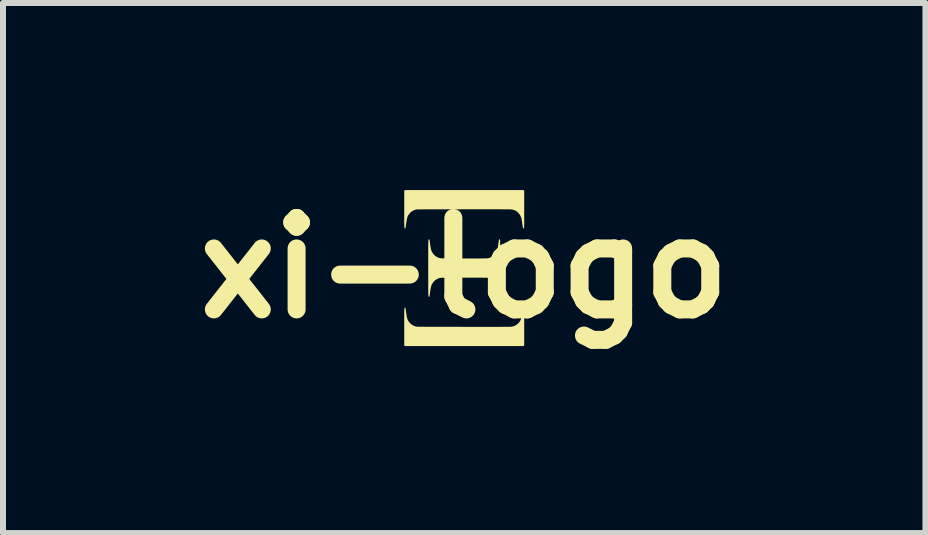
<source format=kicad_pcb>
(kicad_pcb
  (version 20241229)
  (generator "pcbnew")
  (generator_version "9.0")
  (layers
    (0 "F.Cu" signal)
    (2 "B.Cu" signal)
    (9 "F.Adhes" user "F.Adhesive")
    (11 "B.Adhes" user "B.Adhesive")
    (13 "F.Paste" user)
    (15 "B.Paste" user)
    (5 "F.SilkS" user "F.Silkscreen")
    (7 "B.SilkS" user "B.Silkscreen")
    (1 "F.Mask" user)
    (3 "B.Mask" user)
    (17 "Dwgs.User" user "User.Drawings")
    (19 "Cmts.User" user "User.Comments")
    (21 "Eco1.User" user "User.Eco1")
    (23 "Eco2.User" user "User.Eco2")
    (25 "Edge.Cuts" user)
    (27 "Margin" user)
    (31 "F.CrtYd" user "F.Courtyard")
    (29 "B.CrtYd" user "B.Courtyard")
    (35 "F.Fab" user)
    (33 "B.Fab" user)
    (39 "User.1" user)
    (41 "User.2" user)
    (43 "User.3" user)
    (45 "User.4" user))
  (footprint "xi-logo"
    (layer "F.Cu")
    (at 4.688 1.418)
    (property "Reference" "xi-logo" (at 0 0 0) (layer "F.SilkS") (effects (font (size 1.524 1.524) (thickness 0.3))))
    (attr board_only exclude_from_pos_files exclude_from_bom)
    (fp_poly (pts (xy 0.994 -1.294) (xy 1 -1.288) (xy 1 -0.982) (xy 1 -0.94) (xy 1 -0.903) (xy 1 -0.869) (xy 1 -0.838) (xy 1 -0.81) (xy 1 -0.786) (xy 1 -0.765) (xy 1 -0.746) (xy 1 -0.73) (xy 0.999 -0.716) (xy 0.999 -0.704) (xy 0.999 -0.694) (xy 0.998 -0.686) (xy 0.998 -0.68) (xy 0.997 -0.674) (xy 0.996 -0.671) (xy 0.996 -0.668) (xy 0.995 -0.666) (xy 0.994 -0.665) (xy 0.993 -0.664) (xy 0.991 -0.663) (xy 0.99 -0.663) (xy 0.988 -0.662) (xy 0.988 -0.662) (xy 0.983 -0.661) (xy 0.981 -0.661) (xy 0.981 -0.661) (xy 0.98 -0.663) (xy 0.979 -0.669) (xy 0.977 -0.677) (xy 0.976 -0.689) (xy 0.974 -0.702) (xy 0.971 -0.717) (xy 0.97 -0.728) (xy 0.967 -0.75) (xy 0.964 -0.769) (xy 0.961 -0.785) (xy 0.959 -0.799) (xy 0.957 -0.81) (xy 0.956 -0.819) (xy 0.954 -0.826) (xy 0.953 -0.832) (xy 0.951 -0.838) (xy 0.949 -0.843) (xy 0.949 -0.843) (xy 0.938 -0.869) (xy 0.924 -0.893) (xy 0.907 -0.915) (xy 0.888 -0.933) (xy 0.866 -0.949) (xy 0.842 -0.962) (xy 0.816 -0.971) (xy 0.788 -0.977) (xy 0.784 -0.978) (xy 0.781 -0.978) (xy 0.776 -0.978) (xy 0.769 -0.978) (xy 0.76 -0.979) (xy 0.748 -0.979) (xy 0.733 -0.979) (xy 0.717 -0.979) (xy 0.697 -0.979) (xy 0.675 -0.979) (xy 0.65 -0.979) (xy 0.622 -0.979) (xy 0.591 -0.98) (xy 0.557 -0.98) (xy 0.52 -0.98) (xy 0.48 -0.98) (xy 0.437 -0.98) (xy 0.39 -0.98) (xy 0.34 -0.98) (xy 0.286 -0.98) (xy 0.228 -0.98) (xy 0.167 -0.98) (xy 0.102 -0.98) (xy 0.033 -0.98) (xy -0.012 -0.98) (xy -0.079 -0.979) (xy -0.141 -0.979) (xy -0.2 -0.979) (xy -0.256 -0.979) (xy -0.307 -0.979) (xy -0.356 -0.979) (xy -0.401 -0.979) (xy -0.443 -0.979) (xy -0.482 -0.979) (xy -0.517 -0.979) (xy -0.551 -0.979) (xy -0.581 -0.979) (xy -0.609 -0.979) (xy -0.634 -0.979) (xy -0.657 -0.979) (xy -0.678 -0.978) (xy -0.696 -0.978) (xy -0.713 -0.978) (xy -0.728 -0.978) (xy -0.741 -0.978) (xy -0.752 -0.978) (xy -0.762 -0.978) (xy -0.771 -0.977) (xy -0.778 -0.977) (xy -0.784 -0.977) (xy -0.789 -0.977) (xy -0.793 -0.977) (xy -0.796 -0.976) (xy -0.798 -0.976) (xy -0.8 -0.976) (xy -0.802 -0.976) (xy -0.802 -0.976) (xy -0.831 -0.966) (xy -0.857 -0.954) (xy -0.881 -0.939) (xy -0.901 -0.921) (xy -0.919 -0.9) (xy -0.935 -0.877) (xy -0.938 -0.87) (xy -0.942 -0.862) (xy -0.945 -0.855) (xy -0.948 -0.848) (xy -0.95 -0.839) (xy -0.953 -0.83) (xy -0.955 -0.819) (xy -0.958 -0.807) (xy -0.96 -0.792) (xy -0.963 -0.774) (xy -0.966 -0.753) (xy -0.97 -0.729) (xy -0.97 -0.727) (xy -0.972 -0.712) (xy -0.974 -0.698) (xy -0.976 -0.686) (xy -0.977 -0.676) (xy -0.978 -0.669) (xy -0.979 -0.665) (xy -0.979 -0.664) (xy -0.981 -0.661) (xy -0.984 -0.66) (xy -0.99 -0.663) (xy -0.991 -0.663) (xy -0.992 -0.664) (xy -0.993 -0.665) (xy -0.994 -0.666) (xy -0.995 -0.667) (xy -0.996 -0.67) (xy -0.997 -0.673) (xy -0.997 -0.677) (xy -0.998 -0.682) (xy -0.998 -0.689) (xy -0.999 -0.697) (xy -0.999 -0.707) (xy -0.999 -0.719) (xy -0.999 -0.734) (xy -1 -0.75) (xy -1 -0.77) (xy -1 -0.792) (xy -1 -0.816) (xy -1 -0.844) (xy -1 -0.876) (xy -1 -0.911) (xy -1 -0.949) (xy -1 -0.982) (xy -1 -1.288) (xy -0.988 -1.3) (xy 0.988 -1.3)) (stroke (width 0) (type solid)) (fill yes) (layer "F.SilkS"))
    (fp_poly (pts (xy 0.988 0.662) (xy 0.988 0.662) (xy 0.99 0.663) (xy 0.991 0.663) (xy 0.992 0.664) (xy 0.994 0.664) (xy 0.995 0.666) (xy 0.995 0.667) (xy 0.996 0.67) (xy 0.997 0.674) (xy 0.998 0.679) (xy 0.998 0.685) (xy 0.999 0.693) (xy 0.999 0.702) (xy 0.999 0.714) (xy 0.999 0.727) (xy 1 0.743) (xy 1 0.761) (xy 1 0.783) (xy 1 0.806) (xy 1 0.833) (xy 1 0.864) (xy 1 0.897) (xy 1 0.934) (xy 1 0.975) (xy 1 0.982) (xy 1 1.288) (xy 0.994 1.294) (xy 0.988 1.3) (xy -0.988 1.3) (xy -0.994 1.294) (xy -1 1.288) (xy -1 0.982) (xy -1 0.94) (xy -1 0.903) (xy -1 0.869) (xy -1 0.838) (xy -1 0.81) (xy -1 0.786) (xy -1 0.765) (xy -1 0.746) (xy -1 0.73) (xy -0.999 0.716) (xy -0.999 0.704) (xy -0.999 0.694) (xy -0.998 0.686) (xy -0.998 0.68) (xy -0.997 0.674) (xy -0.996 0.671) (xy -0.996 0.668) (xy -0.995 0.666) (xy -0.994 0.665) (xy -0.993 0.664) (xy -0.991 0.663) (xy -0.99 0.663) (xy -0.988 0.662) (xy -0.988 0.662) (xy -0.983 0.661) (xy -0.981 0.661) (xy -0.981 0.661) (xy -0.98 0.663) (xy -0.979 0.669) (xy -0.977 0.677) (xy -0.976 0.689) (xy -0.974 0.702) (xy -0.971 0.717) (xy -0.97 0.728) (xy -0.966 0.752) (xy -0.963 0.772) (xy -0.961 0.79) (xy -0.958 0.805) (xy -0.956 0.817) (xy -0.954 0.827) (xy -0.951 0.836) (xy -0.949 0.844) (xy -0.947 0.851) (xy -0.944 0.858) (xy -0.941 0.864) (xy -0.938 0.87) (xy -0.924 0.894) (xy -0.906 0.916) (xy -0.886 0.935) (xy -0.863 0.951) (xy -0.838 0.963) (xy -0.81 0.973) (xy -0.802 0.976) (xy -0.801 0.976) (xy -0.799 0.976) (xy -0.797 0.976) (xy -0.794 0.977) (xy -0.79 0.977) (xy -0.785 0.977) (xy -0.78 0.977) (xy -0.773 0.977) (xy -0.765 0.978) (xy -0.756 0.978) (xy -0.745 0.978) (xy -0.732 0.978) (xy -0.718 0.978) (xy -0.702 0.978) (xy -0.684 0.978) (xy -0.664 0.978) (xy -0.642 0.979) (xy -0.617 0.979) (xy -0.59 0.979) (xy -0.561 0.979) (xy -0.529 0.979) (xy -0.494 0.979) (xy -0.456 0.979) (xy -0.415 0.979) (xy -0.371 0.979) (xy -0.323 0.979) (xy -0.273 0.979) (xy -0.219 0.979) (xy -0.161 0.979) (xy -0.099 0.979) (xy -0.034 0.98) (xy -0.012 0.98) (xy 0.059 0.98) (xy 0.127 0.98) (xy 0.19 0.98) (xy 0.25 0.98) (xy 0.306 0.98) (xy 0.359 0.98) (xy 0.408 0.98) (xy 0.453 0.98) (xy 0.495 0.98) (xy 0.534 0.98) (xy 0.57 0.98) (xy 0.603 0.98) (xy 0.633 0.979) (xy 0.659 0.979) (xy 0.683 0.979) (xy 0.705 0.979) (xy 0.723 0.979) (xy 0.739 0.979) (xy 0.752 0.979) (xy 0.763 0.979) (xy 0.772 0.978) (xy 0.778 0.978) (xy 0.782 0.978) (xy 0.784 0.978) (xy 0.812 0.973) (xy 0.838 0.964) (xy 0.862 0.951) (xy 0.884 0.936) (xy 0.904 0.918) (xy 0.922 0.897) (xy 0.936 0.873) (xy 0.948 0.847) (xy 0.949 0.843) (xy 0.951 0.838) (xy 0.953 0.832) (xy 0.954 0.826) (xy 0.956 0.819) (xy 0.957 0.81) (xy 0.959 0.799) (xy 0.961 0.786) (xy 0.964 0.77) (xy 0.966 0.751) (xy 0.97 0.728) (xy 0.97 0.728) (xy 0.972 0.712) (xy 0.974 0.697) (xy 0.976 0.685) (xy 0.978 0.674) (xy 0.979 0.666) (xy 0.98 0.662) (xy 0.981 0.661) (xy 0.983 0.661)) (stroke (width 0) (type solid)) (fill yes) (layer "F.SilkS"))
    (fp_poly (pts (xy 0.588 -0.478) (xy 0.593 -0.475) (xy 0.596 -0.471) (xy 0.597 -0.47) (xy 0.597 -0.467) (xy 0.598 -0.461) (xy 0.598 -0.451) (xy 0.598 -0.437) (xy 0.599 -0.421) (xy 0.599 -0.401) (xy 0.599 -0.379) (xy 0.599 -0.355) (xy 0.6 -0.328) (xy 0.6 -0.299) (xy 0.6 -0.268) (xy 0.6 -0.236) (xy 0.6 -0.202) (xy 0.6 -0.167) (xy 0.6 -0.131) (xy 0.6 -0.094) (xy 0.6 -0.057) (xy 0.6 -0.019) (xy 0.6 0.018) (xy 0.6 0.056) (xy 0.6 0.093) (xy 0.6 0.13) (xy 0.6 0.166) (xy 0.6 0.201) (xy 0.6 0.235) (xy 0.6 0.267) (xy 0.6 0.298) (xy 0.6 0.327) (xy 0.599 0.354) (xy 0.599 0.379) (xy 0.599 0.401) (xy 0.599 0.42) (xy 0.598 0.437) (xy 0.598 0.45) (xy 0.598 0.46) (xy 0.597 0.467) (xy 0.597 0.47) (xy 0.597 0.47) (xy 0.594 0.474) (xy 0.589 0.477) (xy 0.585 0.479) (xy 0.581 0.48) (xy 0.581 0.479) (xy 0.58 0.477) (xy 0.579 0.471) (xy 0.577 0.463) (xy 0.576 0.451) (xy 0.574 0.438) (xy 0.571 0.423) (xy 0.57 0.412) (xy 0.567 0.39) (xy 0.564 0.371) (xy 0.561 0.355) (xy 0.559 0.341) (xy 0.557 0.33) (xy 0.556 0.321) (xy 0.554 0.314) (xy 0.553 0.308) (xy 0.551 0.302) (xy 0.549 0.297) (xy 0.549 0.297) (xy 0.538 0.271) (xy 0.524 0.247) (xy 0.507 0.225) (xy 0.488 0.207) (xy 0.466 0.191) (xy 0.442 0.178) (xy 0.416 0.169) (xy 0.388 0.163) (xy 0.384 0.162) (xy 0.38 0.162) (xy 0.374 0.162) (xy 0.366 0.161) (xy 0.355 0.161) (xy 0.342 0.161) (xy 0.326 0.161) (xy 0.307 0.161) (xy 0.285 0.16) (xy 0.26 0.16) (xy 0.232 0.16) (xy 0.201 0.16) (xy 0.166 0.16) (xy 0.127 0.16) (xy 0.085 0.16) (xy 0.04 0.16) (xy -0.01 0.16) (xy -0.012 0.16) (xy -0.058 0.161) (xy -0.1 0.161) (xy -0.138 0.161) (xy -0.173 0.161) (xy -0.205 0.161) (xy -0.234 0.161) (xy -0.259 0.161) (xy -0.282 0.161) (xy -0.302 0.161) (xy -0.32 0.162) (xy -0.335 0.162) (xy -0.348 0.162) (xy -0.36 0.162) (xy -0.369 0.162) (xy -0.377 0.162) (xy -0.384 0.163) (xy -0.389 0.163) (xy -0.393 0.163) (xy -0.397 0.164) (xy -0.399 0.164) (xy -0.401 0.164) (xy -0.402 0.164) (xy -0.431 0.174) (xy -0.457 0.186) (xy -0.48 0.201) (xy -0.501 0.219) (xy -0.519 0.24) (xy -0.534 0.263) (xy -0.538 0.27) (xy -0.542 0.278) (xy -0.545 0.285) (xy -0.548 0.292) (xy -0.55 0.301) (xy -0.553 0.31) (xy -0.555 0.321) (xy -0.558 0.333) (xy -0.56 0.348) (xy -0.563 0.366) (xy -0.566 0.387) (xy -0.57 0.411) (xy -0.57 0.413) (xy -0.572 0.428) (xy -0.574 0.442) (xy -0.576 0.454) (xy -0.577 0.464) (xy -0.578 0.471) (xy -0.579 0.475) (xy -0.579 0.475) (xy -0.581 0.479) (xy -0.584 0.48) (xy -0.59 0.477) (xy -0.591 0.477) (xy -0.592 0.476) (xy -0.593 0.476) (xy -0.594 0.475) (xy -0.594 0.474) (xy -0.595 0.473) (xy -0.596 0.471) (xy -0.596 0.468) (xy -0.597 0.464) (xy -0.597 0.459) (xy -0.598 0.453) (xy -0.598 0.445) (xy -0.599 0.436) (xy -0.599 0.425) (xy -0.599 0.412) (xy -0.599 0.397) (xy -0.599 0.38) (xy -0.6 0.361) (xy -0.6 0.34) (xy -0.6 0.315) (xy -0.6 0.288) (xy -0.6 0.258) (xy -0.6 0.225) (xy -0.6 0.189) (xy -0.6 0.149) (xy -0.6 0.106) (xy -0.6 0.059) (xy -0.6 0.008) (xy -0.6 0.0004) (xy -0.6 -0.051) (xy -0.6 -0.099) (xy -0.6 -0.143) (xy -0.6 -0.183) (xy -0.6 -0.22) (xy -0.6 -0.254) (xy -0.6 -0.284) (xy -0.6 -0.312) (xy -0.6 -0.337) (xy -0.6 -0.359) (xy -0.6 -0.379) (xy -0.599 -0.396) (xy -0.599 -0.411) (xy -0.599 -0.424) (xy -0.599 -0.435) (xy -0.598 -0.445) (xy -0.598 -0.453) (xy -0.597 -0.459) (xy -0.597 -0.464) (xy -0.596 -0.469) (xy -0.596 -0.472) (xy -0.595 -0.474) (xy -0.594 -0.475) (xy -0.593 -0.476) (xy -0.592 -0.477) (xy -0.591 -0.477) (xy -0.59 -0.477) (xy -0.589 -0.478) (xy -0.588 -0.478) (xy -0.583 -0.479) (xy -0.581 -0.479) (xy -0.581 -0.479) (xy -0.58 -0.477) (xy -0.579 -0.471) (xy -0.577 -0.463) (xy -0.576 -0.451) (xy -0.574 -0.438) (xy -0.571 -0.423) (xy -0.57 -0.412) (xy -0.567 -0.39) (xy -0.564 -0.371) (xy -0.561 -0.355) (xy -0.559 -0.341) (xy -0.557 -0.33) (xy -0.556 -0.321) (xy -0.554 -0.314) (xy -0.553 -0.308) (xy -0.551 -0.302) (xy -0.549 -0.297) (xy -0.549 -0.297) (xy -0.538 -0.271) (xy -0.524 -0.247) (xy -0.507 -0.225) (xy -0.487 -0.206) (xy -0.465 -0.19) (xy -0.441 -0.177) (xy -0.426 -0.172) (xy -0.423 -0.17) (xy -0.419 -0.169) (xy -0.416 -0.168) (xy -0.413 -0.167) (xy -0.41 -0.166) (xy -0.407 -0.166) (xy -0.403 -0.165) (xy -0.398 -0.164) (xy -0.393 -0.164) (xy -0.386 -0.163) (xy -0.378 -0.163) (xy -0.369 -0.162) (xy -0.358 -0.162) (xy -0.345 -0.162) (xy -0.331 -0.162) (xy -0.314 -0.161) (xy -0.295 -0.161) (xy -0.274 -0.161) (xy -0.25 -0.161) (xy -0.223 -0.161) (xy -0.193 -0.161) (xy -0.159 -0.161) (xy -0.123 -0.161) (xy -0.083 -0.161) (xy -0.039 -0.161) (xy -0.012 -0.16) (xy 0.038 -0.16) (xy 0.084 -0.16) (xy 0.126 -0.16) (xy 0.164 -0.16) (xy 0.199 -0.16) (xy 0.231 -0.16) (xy 0.259 -0.16) (xy 0.284 -0.16) (xy 0.306 -0.161) (xy 0.325 -0.161) (xy 0.341 -0.161) (xy 0.355 -0.161) (xy 0.366 -0.161) (xy 0.374 -0.162) (xy 0.38 -0.162) (xy 0.384 -0.162) (xy 0.384 -0.162) (xy 0.412 -0.167) (xy 0.438 -0.176) (xy 0.462 -0.189) (xy 0.484 -0.204) (xy 0.504 -0.222) (xy 0.522 -0.243) (xy 0.536 -0.267) (xy 0.548 -0.293) (xy 0.549 -0.297) (xy 0.551 -0.302) (xy 0.553 -0.308) (xy 0.554 -0.314) (xy 0.556 -0.321) (xy 0.557 -0.33) (xy 0.559 -0.341) (xy 0.561 -0.354) (xy 0.564 -0.37) (xy 0.566 -0.389) (xy 0.57 -0.412) (xy 0.57 -0.412) (xy 0.572 -0.428) (xy 0.574 -0.443) (xy 0.576 -0.455) (xy 0.578 -0.466) (xy 0.579 -0.474) (xy 0.58 -0.478) (xy 0.581 -0.479) (xy 0.584 -0.48)) (stroke (width 0) (type solid)) (fill yes) (layer "F.SilkS")))
  (gr_rect
    (start -3 -3)
    (end 12.376 5.836)
    (stroke (width 0.1) (type default))
    (fill no)
    (layer "Edge.Cuts")))
</source>
